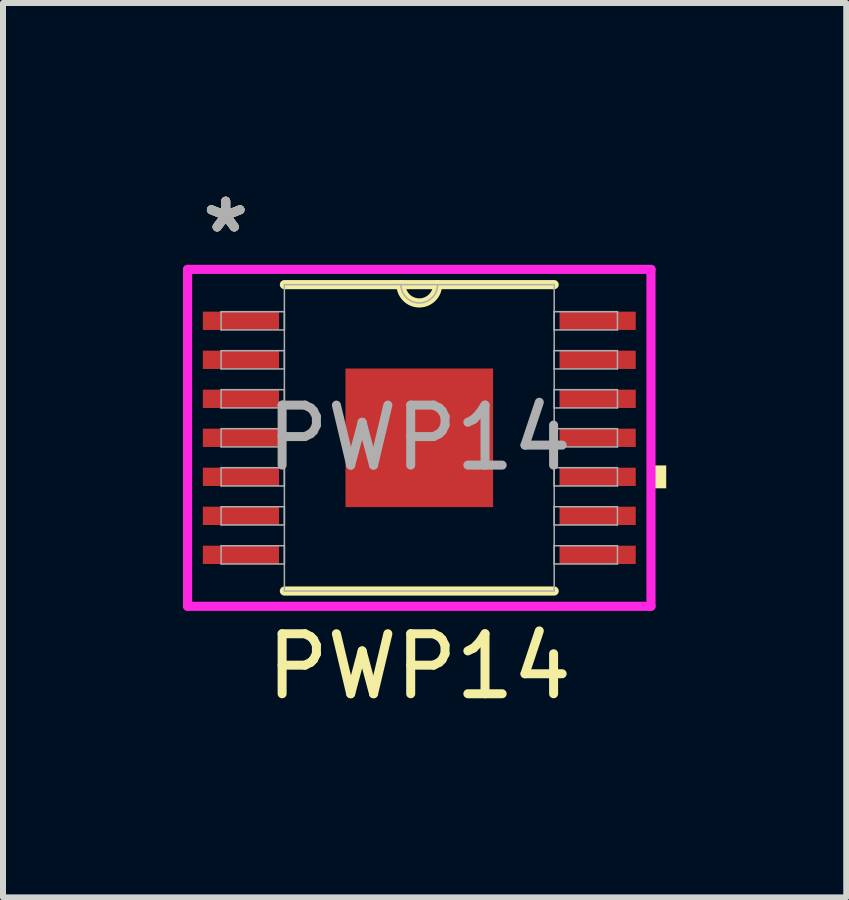
<source format=kicad_pcb>
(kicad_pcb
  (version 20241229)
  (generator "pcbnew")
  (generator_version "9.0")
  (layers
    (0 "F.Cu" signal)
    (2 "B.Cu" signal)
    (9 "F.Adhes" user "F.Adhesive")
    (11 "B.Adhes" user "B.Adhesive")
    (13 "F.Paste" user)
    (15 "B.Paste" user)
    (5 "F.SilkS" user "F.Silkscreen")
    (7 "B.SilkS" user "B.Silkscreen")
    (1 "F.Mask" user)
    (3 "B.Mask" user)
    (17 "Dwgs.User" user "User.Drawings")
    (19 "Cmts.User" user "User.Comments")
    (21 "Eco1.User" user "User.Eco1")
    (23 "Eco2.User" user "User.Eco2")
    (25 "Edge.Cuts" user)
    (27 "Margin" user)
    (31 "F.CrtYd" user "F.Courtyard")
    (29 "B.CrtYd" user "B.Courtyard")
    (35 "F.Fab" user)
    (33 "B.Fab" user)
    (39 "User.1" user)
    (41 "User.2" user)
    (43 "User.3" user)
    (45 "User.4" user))
  (footprint "PWP14"
    (layer "F.Cu")
    (at 3.937 4.246)
    (property "Reference" "PWP14" (at 0 3.81 0) (unlocked yes) (layer "F.SilkS") (effects (font (size 1 1) (thickness 0.15))))
    (attr smd)
    (fp_poly (pts (xy -0.175 -1.155) (xy -0.175 -1.405) (xy -0.475 -1.405) (xy -0.475 -1.155)) (stroke (width 0) (type solid)) (fill yes) (layer "F.Mask"))
    (fp_poly (pts (xy -0.175 1.155) (xy -0.175 1.405) (xy -0.475 1.405) (xy -0.475 1.155)) (stroke (width 0) (type solid)) (fill yes) (layer "F.Mask"))
    (fp_poly (pts (xy 0.175 -1.155) (xy 0.175 -1.405) (xy 0.475 -1.405) (xy 0.475 -1.155)) (stroke (width 0) (type solid)) (fill yes) (layer "F.Mask"))
    (fp_poly (pts (xy 0.175 1.155) (xy 0.175 1.405) (xy 0.475 1.405) (xy 0.475 1.155)) (stroke (width 0) (type solid)) (fill yes) (layer "F.Mask"))
    (fp_line (start -2.248 2.553) (end 2.248 2.553) (stroke (width 0.152) (type solid)) (layer "F.SilkS"))
    (fp_line (start 2.248 -2.553) (end -2.248 -2.553) (stroke (width 0.152) (type solid)) (layer "F.SilkS"))
    (fp_arc (start 0.3048 -2.5527) (mid 0 -2.2479) (end -0.3048 -2.5527) (stroke (width 0.1524) (type solid)) (layer "F.SilkS"))
    (fp_poly (pts (xy 4.115 0.46) (xy 4.115 0.841) (xy 3.861 0.841) (xy 3.861 0.46)) (stroke (width 0) (type solid)) (fill yes) (layer "F.SilkS"))
    (fp_line (start -3.861 -2.807) (end 3.861 -2.807) (stroke (width 0.152) (type solid)) (layer "F.CrtYd"))
    (fp_line (start -3.861 2.807) (end -3.861 -2.807) (stroke (width 0.152) (type solid)) (layer "F.CrtYd"))
    (fp_line (start 3.861 -2.807) (end 3.861 2.807) (stroke (width 0.152) (type solid)) (layer "F.CrtYd"))
    (fp_line (start 3.861 2.807) (end -3.861 2.807) (stroke (width 0.152) (type solid)) (layer "F.CrtYd"))
    (fp_line (start -3.302 -2.102) (end -3.302 -1.798) (stroke (width 0.025) (type solid)) (layer "F.Fab"))
    (fp_line (start -3.302 -1.798) (end -2.248 -1.798) (stroke (width 0.025) (type solid)) (layer "F.Fab"))
    (fp_line (start -3.302 -1.452) (end -3.302 -1.148) (stroke (width 0.025) (type solid)) (layer "F.Fab"))
    (fp_line (start -3.302 -1.148) (end -2.248 -1.148) (stroke (width 0.025) (type solid)) (layer "F.Fab"))
    (fp_line (start -3.302 -0.802) (end -3.302 -0.498) (stroke (width 0.025) (type solid)) (layer "F.Fab"))
    (fp_line (start -3.302 -0.498) (end -2.248 -0.498) (stroke (width 0.025) (type solid)) (layer "F.Fab"))
    (fp_line (start -3.302 -0.152) (end -3.302 0.152) (stroke (width 0.025) (type solid)) (layer "F.Fab"))
    (fp_line (start -3.302 0.152) (end -2.248 0.152) (stroke (width 0.025) (type solid)) (layer "F.Fab"))
    (fp_line (start -3.302 0.498) (end -3.302 0.802) (stroke (width 0.025) (type solid)) (layer "F.Fab"))
    (fp_line (start -3.302 0.802) (end -2.248 0.802) (stroke (width 0.025) (type solid)) (layer "F.Fab"))
    (fp_line (start -3.302 1.148) (end -3.302 1.452) (stroke (width 0.025) (type solid)) (layer "F.Fab"))
    (fp_line (start -3.302 1.452) (end -2.248 1.452) (stroke (width 0.025) (type solid)) (layer "F.Fab"))
    (fp_line (start -3.302 1.798) (end -3.302 2.102) (stroke (width 0.025) (type solid)) (layer "F.Fab"))
    (fp_line (start -3.302 2.102) (end -2.248 2.102) (stroke (width 0.025) (type solid)) (layer "F.Fab"))
    (fp_line (start -2.248 -2.553) (end -2.248 2.553) (stroke (width 0.025) (type solid)) (layer "F.Fab"))
    (fp_line (start -2.248 -2.102) (end -3.302 -2.102) (stroke (width 0.025) (type solid)) (layer "F.Fab"))
    (fp_line (start -2.248 -1.798) (end -2.248 -2.102) (stroke (width 0.025) (type solid)) (layer "F.Fab"))
    (fp_line (start -2.248 -1.452) (end -3.302 -1.452) (stroke (width 0.025) (type solid)) (layer "F.Fab"))
    (fp_line (start -2.248 -1.148) (end -2.248 -1.452) (stroke (width 0.025) (type solid)) (layer "F.Fab"))
    (fp_line (start -2.248 -0.802) (end -3.302 -0.802) (stroke (width 0.025) (type solid)) (layer "F.Fab"))
    (fp_line (start -2.248 -0.498) (end -2.248 -0.802) (stroke (width 0.025) (type solid)) (layer "F.Fab"))
    (fp_line (start -2.248 -0.152) (end -3.302 -0.152) (stroke (width 0.025) (type solid)) (layer "F.Fab"))
    (fp_line (start -2.248 0.152) (end -2.248 -0.152) (stroke (width 0.025) (type solid)) (layer "F.Fab"))
    (fp_line (start -2.248 0.498) (end -3.302 0.498) (stroke (width 0.025) (type solid)) (layer "F.Fab"))
    (fp_line (start -2.248 0.802) (end -2.248 0.498) (stroke (width 0.025) (type solid)) (layer "F.Fab"))
    (fp_line (start -2.248 1.148) (end -3.302 1.148) (stroke (width 0.025) (type solid)) (layer "F.Fab"))
    (fp_line (start -2.248 1.452) (end -2.248 1.148) (stroke (width 0.025) (type solid)) (layer "F.Fab"))
    (fp_line (start -2.248 1.798) (end -3.302 1.798) (stroke (width 0.025) (type solid)) (layer "F.Fab"))
    (fp_line (start -2.248 2.102) (end -2.248 1.798) (stroke (width 0.025) (type solid)) (layer "F.Fab"))
    (fp_line (start -2.248 2.553) (end 2.248 2.553) (stroke (width 0.025) (type solid)) (layer "F.Fab"))
    (fp_line (start 2.248 -2.553) (end -2.248 -2.553) (stroke (width 0.025) (type solid)) (layer "F.Fab"))
    (fp_line (start 2.248 -2.102) (end 2.248 -1.798) (stroke (width 0.025) (type solid)) (layer "F.Fab"))
    (fp_line (start 2.248 -1.798) (end 3.302 -1.798) (stroke (width 0.025) (type solid)) (layer "F.Fab"))
    (fp_line (start 2.248 -1.452) (end 2.248 -1.148) (stroke (width 0.025) (type solid)) (layer "F.Fab"))
    (fp_line (start 2.248 -1.148) (end 3.302 -1.148) (stroke (width 0.025) (type solid)) (layer "F.Fab"))
    (fp_line (start 2.248 -0.802) (end 2.248 -0.498) (stroke (width 0.025) (type solid)) (layer "F.Fab"))
    (fp_line (start 2.248 -0.498) (end 3.302 -0.498) (stroke (width 0.025) (type solid)) (layer "F.Fab"))
    (fp_line (start 2.248 -0.152) (end 2.248 0.152) (stroke (width 0.025) (type solid)) (layer "F.Fab"))
    (fp_line (start 2.248 0.152) (end 3.302 0.152) (stroke (width 0.025) (type solid)) (layer "F.Fab"))
    (fp_line (start 2.248 0.498) (end 2.248 0.802) (stroke (width 0.025) (type solid)) (layer "F.Fab"))
    (fp_line (start 2.248 0.802) (end 3.302 0.802) (stroke (width 0.025) (type solid)) (layer "F.Fab"))
    (fp_line (start 2.248 1.148) (end 2.248 1.452) (stroke (width 0.025) (type solid)) (layer "F.Fab"))
    (fp_line (start 2.248 1.452) (end 3.302 1.452) (stroke (width 0.025) (type solid)) (layer "F.Fab"))
    (fp_line (start 2.248 1.798) (end 2.248 2.102) (stroke (width 0.025) (type solid)) (layer "F.Fab"))
    (fp_line (start 2.248 2.102) (end 3.302 2.102) (stroke (width 0.025) (type solid)) (layer "F.Fab"))
    (fp_line (start 2.248 2.553) (end 2.248 -2.553) (stroke (width 0.025) (type solid)) (layer "F.Fab"))
    (fp_line (start 3.302 -2.102) (end 2.248 -2.102) (stroke (width 0.025) (type solid)) (layer "F.Fab"))
    (fp_line (start 3.302 -1.798) (end 3.302 -2.102) (stroke (width 0.025) (type solid)) (layer "F.Fab"))
    (fp_line (start 3.302 -1.452) (end 2.248 -1.452) (stroke (width 0.025) (type solid)) (layer "F.Fab"))
    (fp_line (start 3.302 -1.148) (end 3.302 -1.452) (stroke (width 0.025) (type solid)) (layer "F.Fab"))
    (fp_line (start 3.302 -0.802) (end 2.248 -0.802) (stroke (width 0.025) (type solid)) (layer "F.Fab"))
    (fp_line (start 3.302 -0.498) (end 3.302 -0.802) (stroke (width 0.025) (type solid)) (layer "F.Fab"))
    (fp_line (start 3.302 -0.152) (end 2.248 -0.152) (stroke (width 0.025) (type solid)) (layer "F.Fab"))
    (fp_line (start 3.302 0.152) (end 3.302 -0.152) (stroke (width 0.025) (type solid)) (layer "F.Fab"))
    (fp_line (start 3.302 0.498) (end 2.248 0.498) (stroke (width 0.025) (type solid)) (layer "F.Fab"))
    (fp_line (start 3.302 0.802) (end 3.302 0.498) (stroke (width 0.025) (type solid)) (layer "F.Fab"))
    (fp_line (start 3.302 1.148) (end 2.248 1.148) (stroke (width 0.025) (type solid)) (layer "F.Fab"))
    (fp_line (start 3.302 1.452) (end 3.302 1.148) (stroke (width 0.025) (type solid)) (layer "F.Fab"))
    (fp_line (start 3.302 1.798) (end 2.248 1.798) (stroke (width 0.025) (type solid)) (layer "F.Fab"))
    (fp_line (start 3.302 2.102) (end 3.302 1.798) (stroke (width 0.025) (type solid)) (layer "F.Fab"))
    (fp_arc (start 0.3048 -2.5527) (mid 0 -2.2479) (end -0.3048 -2.5527) (stroke (width 0.0254) (type solid)) (layer "F.Fab"))
    (fp_text user "*" (at -3.226 -3.398 0) (unlocked yes) (layer "F.SilkS") (effects (font (size 1 1) (thickness 0.15))))
    (fp_text user "*" (at -3.226 -3.398 0) (layer "F.SilkS") (effects (font (size 1 1) (thickness 0.15))))
    (fp_text user "${REFERENCE}" (at 0 0 0) (unlocked yes) (layer "F.Fab") (effects (font (size 1 1) (thickness 0.15))))
    (fp_text user "*" (at -3.226 -3.398 0) (layer "F.Fab") (effects (font (size 1 1) (thickness 0.15))))
    (fp_text user "*" (at -3.226 -3.398 0) (unlocked yes) (layer "F.Fab") (effects (font (size 1 1) (thickness 0.15))))
    (pad "1" smd rect (at -2.972 -1.95) (size 1.27 0.305) (layers "F.Cu" "F.Mask" "F.Paste"))
    (pad "2" smd rect (at -2.972 -1.3) (size 1.27 0.305) (layers "F.Cu" "F.Mask" "F.Paste"))
    (pad "3" smd rect (at -2.972 -0.65) (size 1.27 0.305) (layers "F.Cu" "F.Mask" "F.Paste"))
    (pad "4" smd rect (at -2.972 0) (size 1.27 0.305) (layers "F.Cu" "F.Mask" "F.Paste"))
    (pad "5" smd rect (at -2.972 0.65) (size 1.27 0.305) (layers "F.Cu" "F.Mask" "F.Paste"))
    (pad "6" smd rect (at -2.972 1.3) (size 1.27 0.305) (layers "F.Cu" "F.Mask" "F.Paste"))
    (pad "7" smd rect (at -2.972 1.95) (size 1.27 0.305) (layers "F.Cu" "F.Mask" "F.Paste"))
    (pad "8" smd rect (at 2.972 1.95) (size 1.27 0.305) (layers "F.Cu" "F.Mask" "F.Paste"))
    (pad "9" smd rect (at 2.972 1.3) (size 1.27 0.305) (layers "F.Cu" "F.Mask" "F.Paste"))
    (pad "10" smd rect (at 2.972 0.65) (size 1.27 0.305) (layers "F.Cu" "F.Mask" "F.Paste"))
    (pad "11" smd rect (at 2.972 0) (size 1.27 0.305) (layers "F.Cu" "F.Mask" "F.Paste"))
    (pad "12" smd rect (at 2.972 -0.65) (size 1.27 0.305) (layers "F.Cu" "F.Mask" "F.Paste"))
    (pad "13" smd rect (at 2.972 -1.3) (size 1.27 0.305) (layers "F.Cu" "F.Mask" "F.Paste"))
    (pad "14" smd rect (at 2.972 -1.95) (size 1.27 0.305) (layers "F.Cu" "F.Mask" "F.Paste"))
    (pad "15" smd rect (at 0 0) (size 2.46 2.31) (layers "F.Cu" "F.Mask" "F.Paste")))
  (gr_rect
    (start -3 -3)
    (end 11.052 11.904)
    (stroke (width 0.1) (type default))
    (fill no)
    (layer "Edge.Cuts")))
</source>
